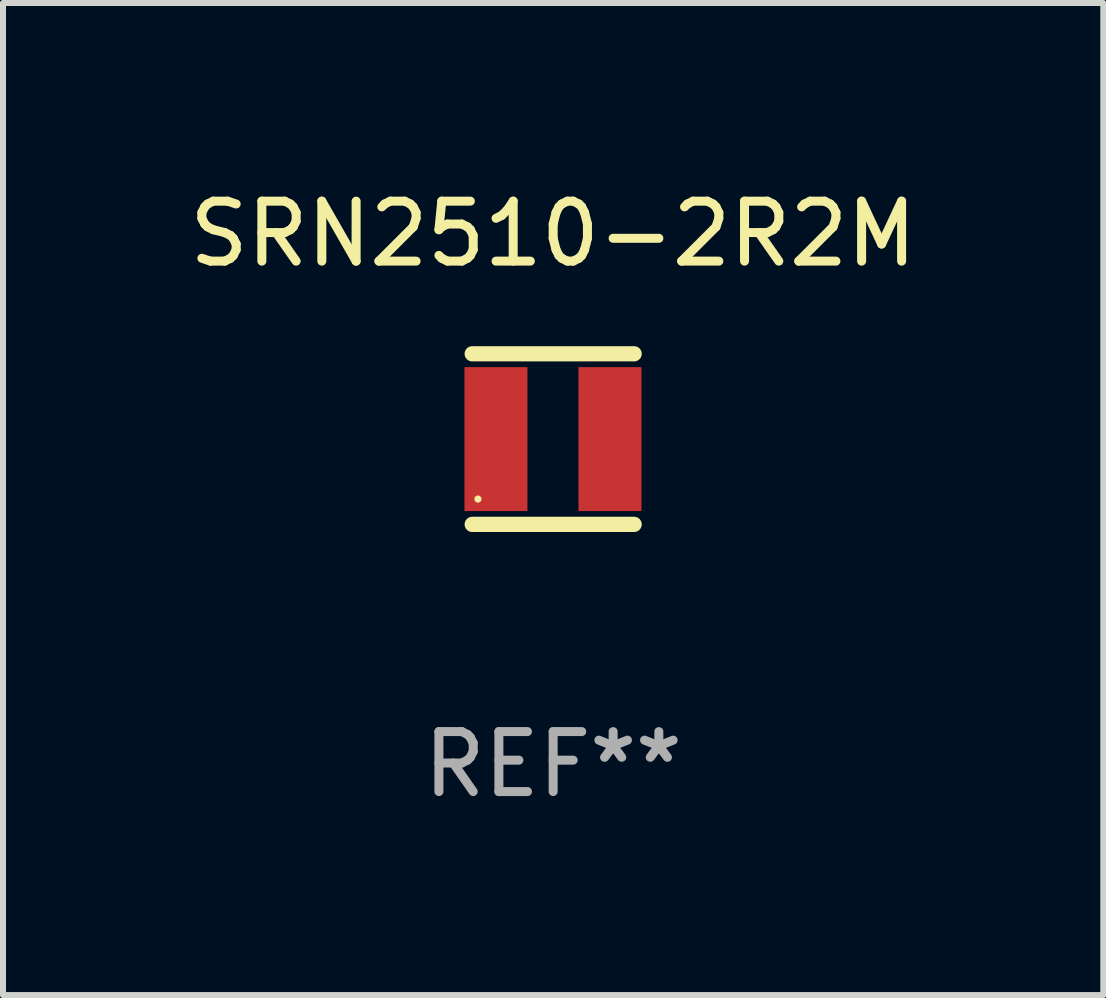
<source format=kicad_pcb>
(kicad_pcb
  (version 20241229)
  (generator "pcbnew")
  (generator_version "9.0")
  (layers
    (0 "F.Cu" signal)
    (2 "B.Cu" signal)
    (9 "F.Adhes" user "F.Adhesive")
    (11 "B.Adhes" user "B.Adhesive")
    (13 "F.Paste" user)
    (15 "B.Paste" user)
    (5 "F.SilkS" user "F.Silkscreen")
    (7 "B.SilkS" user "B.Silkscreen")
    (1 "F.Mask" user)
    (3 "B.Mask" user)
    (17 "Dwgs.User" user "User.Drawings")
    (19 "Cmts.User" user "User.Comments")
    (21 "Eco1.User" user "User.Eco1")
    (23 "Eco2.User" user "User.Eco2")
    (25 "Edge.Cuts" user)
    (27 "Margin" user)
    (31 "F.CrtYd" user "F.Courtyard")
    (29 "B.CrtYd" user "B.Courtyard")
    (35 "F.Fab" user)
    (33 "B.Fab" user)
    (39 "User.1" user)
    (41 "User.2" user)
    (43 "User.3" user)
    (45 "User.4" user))
  (footprint "SRN2510-2R2M"
    (layer "F.Cu")
    (at 6.173 4.271)
    (property "Reference" "SRN2510-2R2M" (at 0 -3.422 0) (layer "F.SilkS") (effects (font (size 1 1) (thickness 0.15))))
    (attr through_hole)
    (fp_line (start -1.35 -1.422) (end 1.35 -1.422) (stroke (width 0.254) (type solid)) (layer "F.SilkS"))
    (fp_line (start -1.35 1.422) (end 1.35 1.422) (stroke (width 0.254) (type solid)) (layer "F.SilkS"))
    (fp_circle (center -1.254 1) (end -1.224 1) (stroke (width 0.06) (type solid)) (fill no) (layer "F.SilkS"))
    (fp_text user "REF**" (at 0 5.422 0) (layer "F.Fab") (effects (font (size 1 1) (thickness 0.15))))
    (pad "1" smd rect (at -0.954 0) (size 1.05 2.4) (layers "F.Cu" "F.Mask" "F.Paste"))
    (pad "2" smd rect (at 0.947 0) (size 1.05 2.4) (layers "F.Cu" "F.Mask" "F.Paste")))
  (gr_rect
    (start -3 -3)
    (end 15.345 13.541)
    (stroke (width 0.1) (type default))
    (fill no)
    (layer "Edge.Cuts")))
</source>
